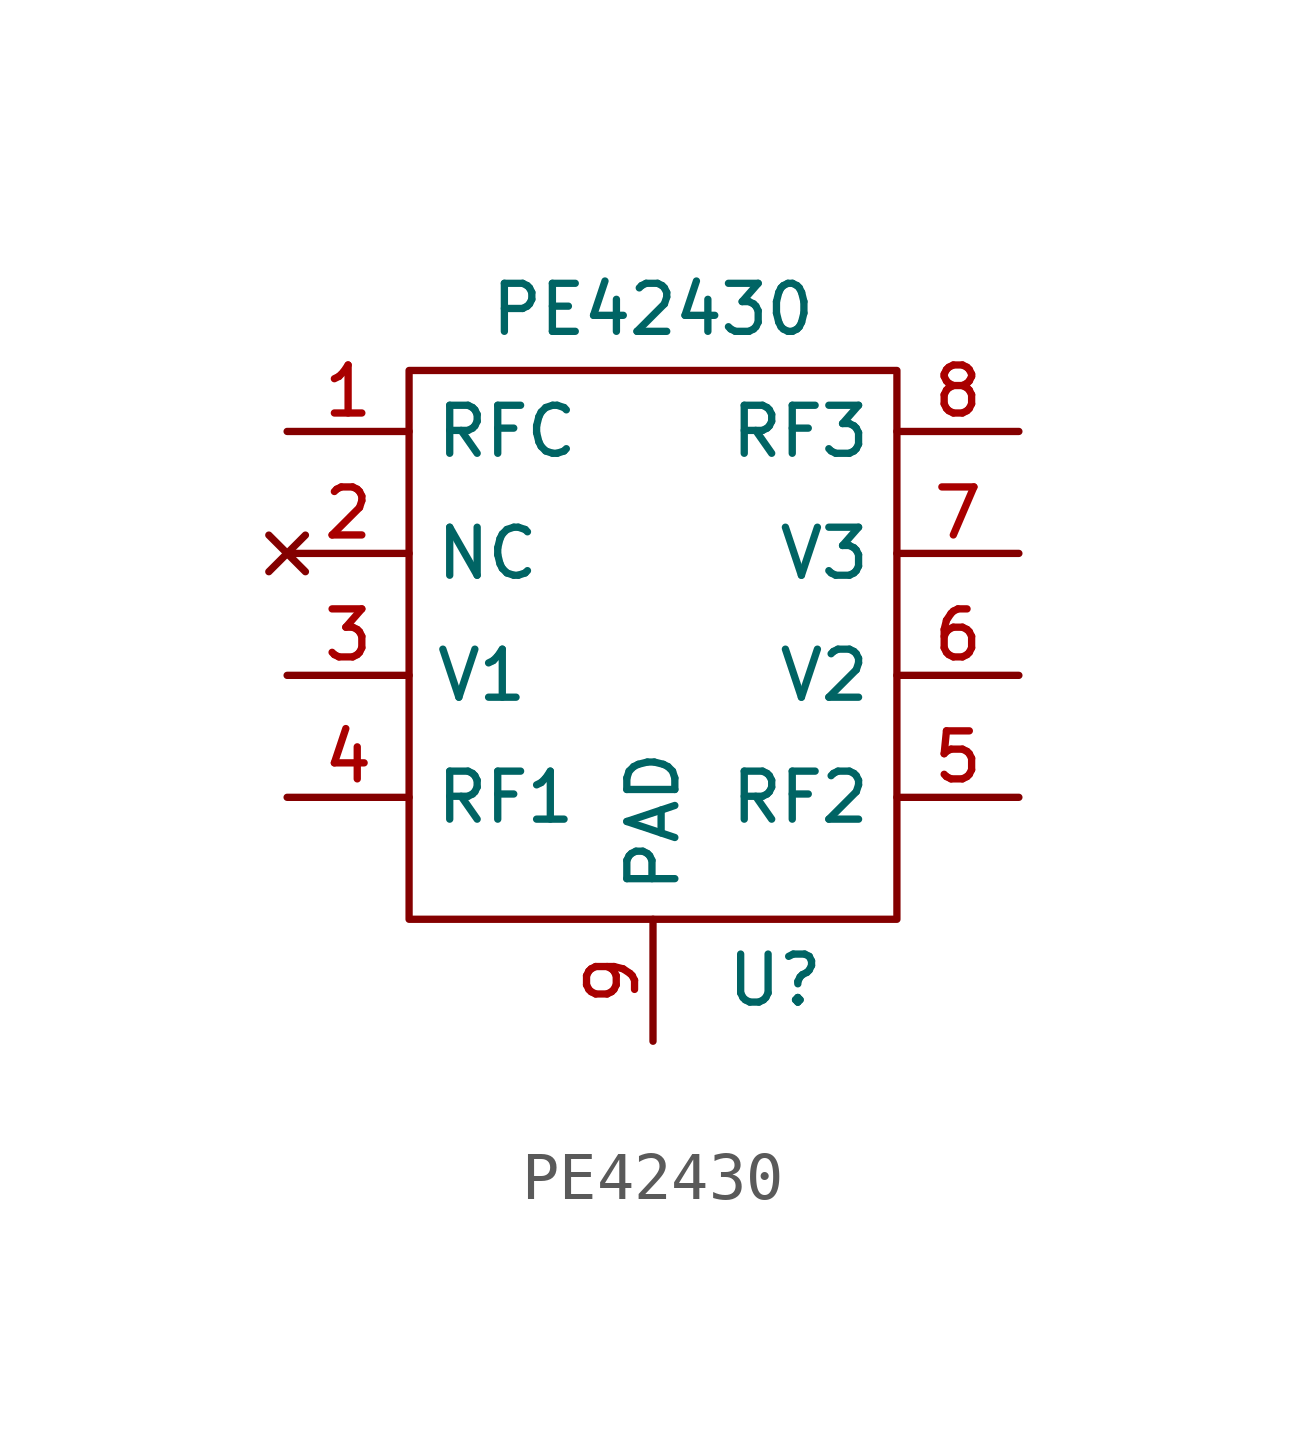
<source format=kicad_sym>
(kicad_symbol_lib
  (version 20211014)
  (generator kicad_symbol_editor)
  (symbol "PE42430"
    (property "Reference" "U"
      (at 2.54 -3.81 0)
      (effects (font (size 1 1))))
    (property "Value" "PE42430"
      (at 0 10.16 0)
      (effects (font (size 1 1))))
    (symbol "PE42430_0_1"
      (rectangle (start -5.08 8.89) (end 5.08 -2.54) (stroke (width 0.152) (type default) (color 0 0 0 0)) (fill (type none))))
    (symbol "PE42430_1_1"
      (pin bidirectional line (at -7.62 7.62 0) (length 2.54) (name "RFC" (effects (font (size 1 1)))) (number "1" (effects (font (size 1 1)))))
      (pin no_connect line (at -7.62 5.08 0) (length 2.54) (name "NC" (effects (font (size 1 1)))) (number "2" (effects (font (size 1 1)))))
      (pin input line (at -7.62 2.54 0) (length 2.54) (name "V1" (effects (font (size 1 1)))) (number "3" (effects (font (size 1 1)))))
      (pin bidirectional line (at -7.62 0 0) (length 2.54) (name "RF1" (effects (font (size 1 1)))) (number "4" (effects (font (size 1 1)))))
      (pin bidirectional line (at 7.62 0 180) (length 2.54) (name "RF2" (effects (font (size 1 1)))) (number "5" (effects (font (size 1 1)))))
      (pin input line (at 7.62 2.54 180) (length 2.54) (name "V2" (effects (font (size 1 1)))) (number "6" (effects (font (size 1 1)))))
      (pin input line (at 7.62 5.08 180) (length 2.54) (name "V3" (effects (font (size 1 1)))) (number "7" (effects (font (size 1 1)))))
      (pin bidirectional line (at 7.62 7.62 180) (length 2.54) (name "RF3" (effects (font (size 1 1)))) (number "8" (effects (font (size 1 1)))))
      (pin power_in line (at 0 -5.08 90) (length 2.54) (name "PAD" (effects (font (size 1 1)))) (number "9" (effects (font (size 1 1))))))))
</source>
